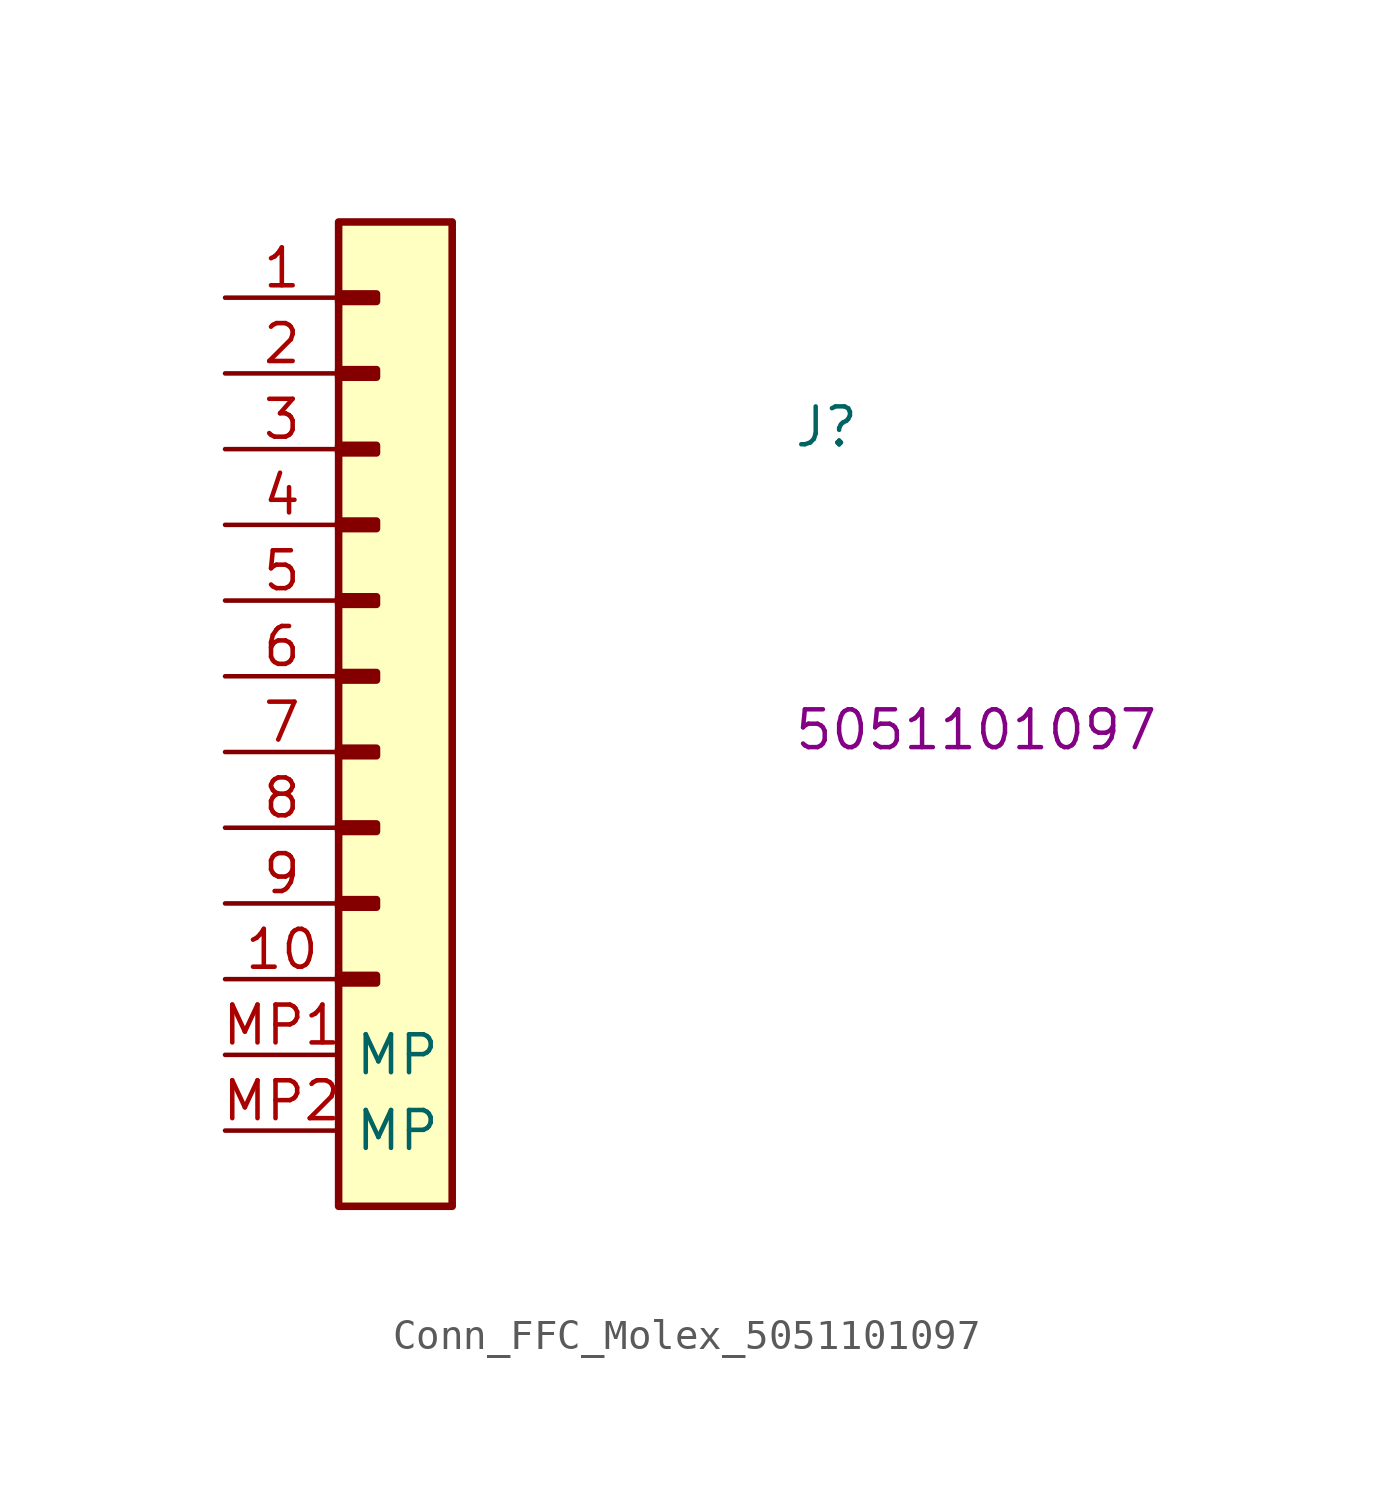
<source format=kicad_sym>
(kicad_symbol_lib
  (version 20220914)
  (generator kicad_symbol_editor)
  (symbol "Conn_FFC_Molex_5051101097"
    (property "Reference" "J"
      (at 19.05 -5.08 0)
      (effects (font (size 1.27 1.27) (thickness 0.15)) (justify left bottom)))
    (property "MPN" "5051101097"
      (at 19.05 -15.24 0)
      (effects (font (size 1.27 1.27) (thickness 0.15)) (justify left bottom)))
    (symbol "Conn_FFC_Molex_5051101097_1_1"
      (rectangle (start 3.81 -22.733) (end 5.08 -22.987) (stroke (width 0.254) (type default)) (fill (type background)))
      (rectangle (start 3.81 -20.193) (end 5.08 -20.447) (stroke (width 0.254) (type default)) (fill (type background)))
      (rectangle (start 3.81 -17.653) (end 5.08 -17.907) (stroke (width 0.254) (type default)) (fill (type background)))
      (rectangle (start 3.81 -15.113) (end 5.08 -15.367) (stroke (width 0.254) (type default)) (fill (type background)))
      (rectangle (start 3.81 -12.573) (end 5.08 -12.827) (stroke (width 0.254) (type default)) (fill (type background)))
      (rectangle (start 3.81 -10.033) (end 5.08 -10.287) (stroke (width 0.254) (type default)) (fill (type background)))
      (rectangle (start 3.81 -7.493) (end 5.08 -7.747) (stroke (width 0.254) (type default)) (fill (type background)))
      (rectangle (start 3.81 -4.953) (end 5.08 -5.207) (stroke (width 0.254) (type default)) (fill (type background)))
      (rectangle (start 3.81 -2.413) (end 5.08 -2.667) (stroke (width 0.254) (type default)) (fill (type background)))
      (rectangle (start 3.81 0.127) (end 5.08 -0.127) (stroke (width 0.254) (type default)) (fill (type background)))
      (rectangle (start 3.81 2.54) (end 7.62 -30.48) (stroke (width 0.254) (type default)) (fill (type background)))
      (pin passive line (at 0 0 0) (length 3.81) (name "~" (effects (font (size 1.27 1.27)))) (number "1" (effects (font (size 1.27 1.27)))))
      (pin passive line (at 0 -22.86 0) (length 3.81) (name "~" (effects (font (size 1.27 1.27)))) (number "10" (effects (font (size 1.27 1.27)))))
      (pin passive line (at 0 -2.54 0) (length 3.81) (name "~" (effects (font (size 1.27 1.27)))) (number "2" (effects (font (size 1.27 1.27)))))
      (pin passive line (at 0 -5.08 0) (length 3.81) (name "~" (effects (font (size 1.27 1.27)))) (number "3" (effects (font (size 1.27 1.27)))))
      (pin passive line (at 0 -7.62 0) (length 3.81) (name "~" (effects (font (size 1.27 1.27)))) (number "4" (effects (font (size 1.27 1.27)))))
      (pin passive line (at 0 -10.16 0) (length 3.81) (name "~" (effects (font (size 1.27 1.27)))) (number "5" (effects (font (size 1.27 1.27)))))
      (pin passive line (at 0 -12.7 0) (length 3.81) (name "~" (effects (font (size 1.27 1.27)))) (number "6" (effects (font (size 1.27 1.27)))))
      (pin passive line (at 0 -15.24 0) (length 3.81) (name "~" (effects (font (size 1.27 1.27)))) (number "7" (effects (font (size 1.27 1.27)))))
      (pin passive line (at 0 -17.78 0) (length 3.81) (name "~" (effects (font (size 1.27 1.27)))) (number "8" (effects (font (size 1.27 1.27)))))
      (pin passive line (at 0 -20.32 0) (length 3.81) (name "~" (effects (font (size 1.27 1.27)))) (number "9" (effects (font (size 1.27 1.27)))))
      (pin passive line (at 0 -25.4 0) (length 3.81) (name "MP" (effects (font (size 1.27 1.27)))) (number "MP1" (effects (font (size 1.27 1.27)))))
      (pin passive line (at 0 -27.94 0) (length 3.81) (name "MP" (effects (font (size 1.27 1.27)))) (number "MP2" (effects (font (size 1.27 1.27))))))))
</source>
